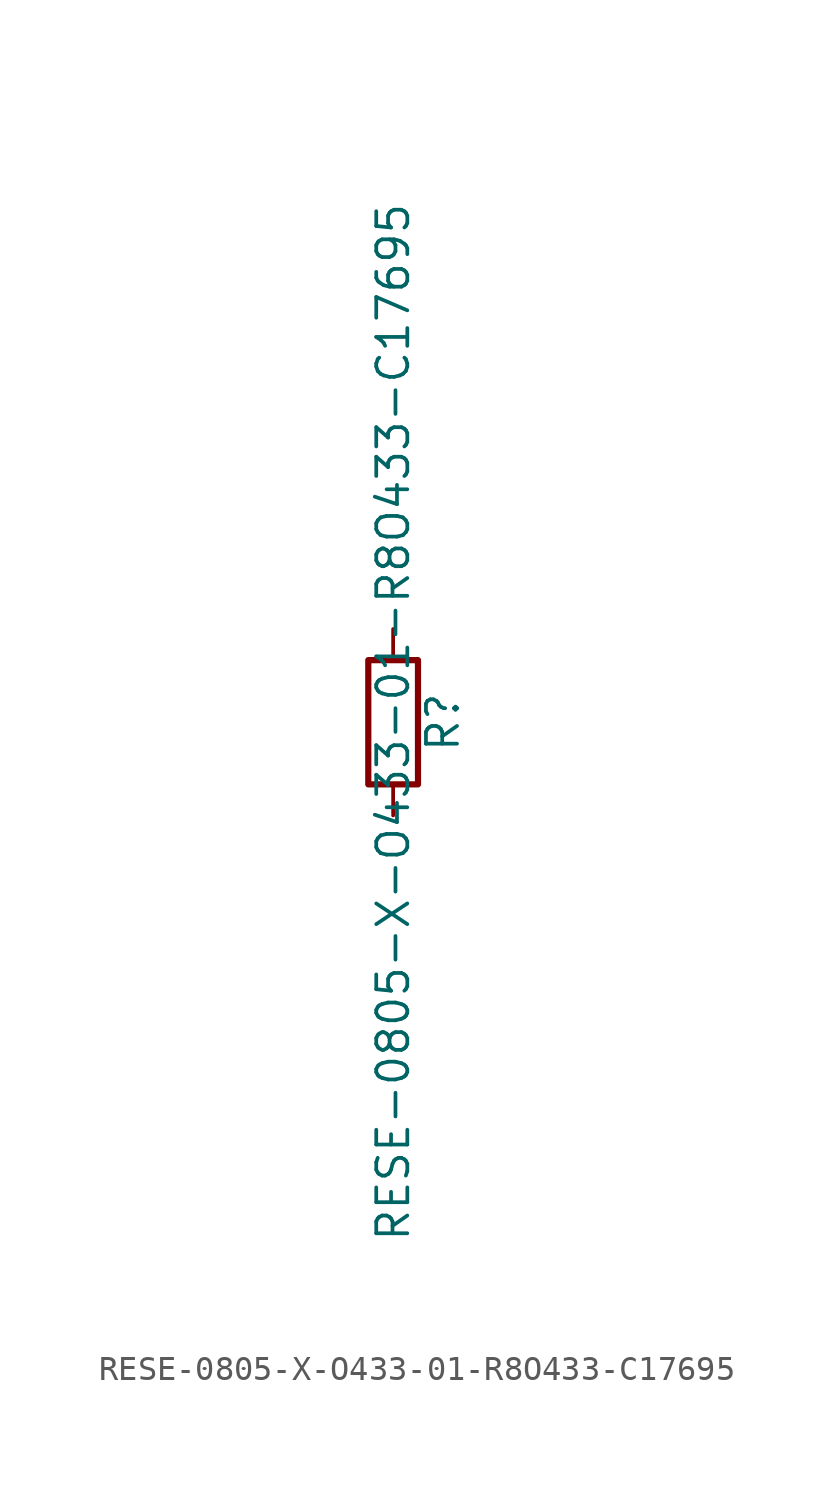
<source format=kicad_sym>
(kicad_symbol_lib
  (version 20211014)
  (generator kicad_symbol_editor)
  (symbol "RESE-0805-X-O433-01-R8O433-C17695"
    (pin_numbers hide)
    (pin_names
      (offset 0))
    (property "Reference" "R"
      (at 2.032 0 90)
      (effects (font (size 1.27 1.27))))
    (property "Value" "RESE-0805-X-O433-01-R8O433-C17695"
      (at 0 0 90)
      (effects (font (size 1.27 1.27))))
    (symbol "RESE-0805-X-O433-01-R8O433-C17695_0_1"
      (rectangle (start -1.016 -2.54) (end 1.016 2.54) (stroke (width 0.254) (type default) (color 0 0 0 0)) (fill (type none))))
    (symbol "RESE-0805-X-O433-01-R8O433-C17695_1_1"
      (pin passive line (at 0 3.81 270) (length 1.27) (name "~" (effects (font (size 1.27 1.27)))) (number "1" (effects (font (size 1.27 1.27)))))
      (pin passive line (at 0 -3.81 90) (length 1.27) (name "~" (effects (font (size 1.27 1.27)))) (number "2" (effects (font (size 1.27 1.27))))))))
</source>
